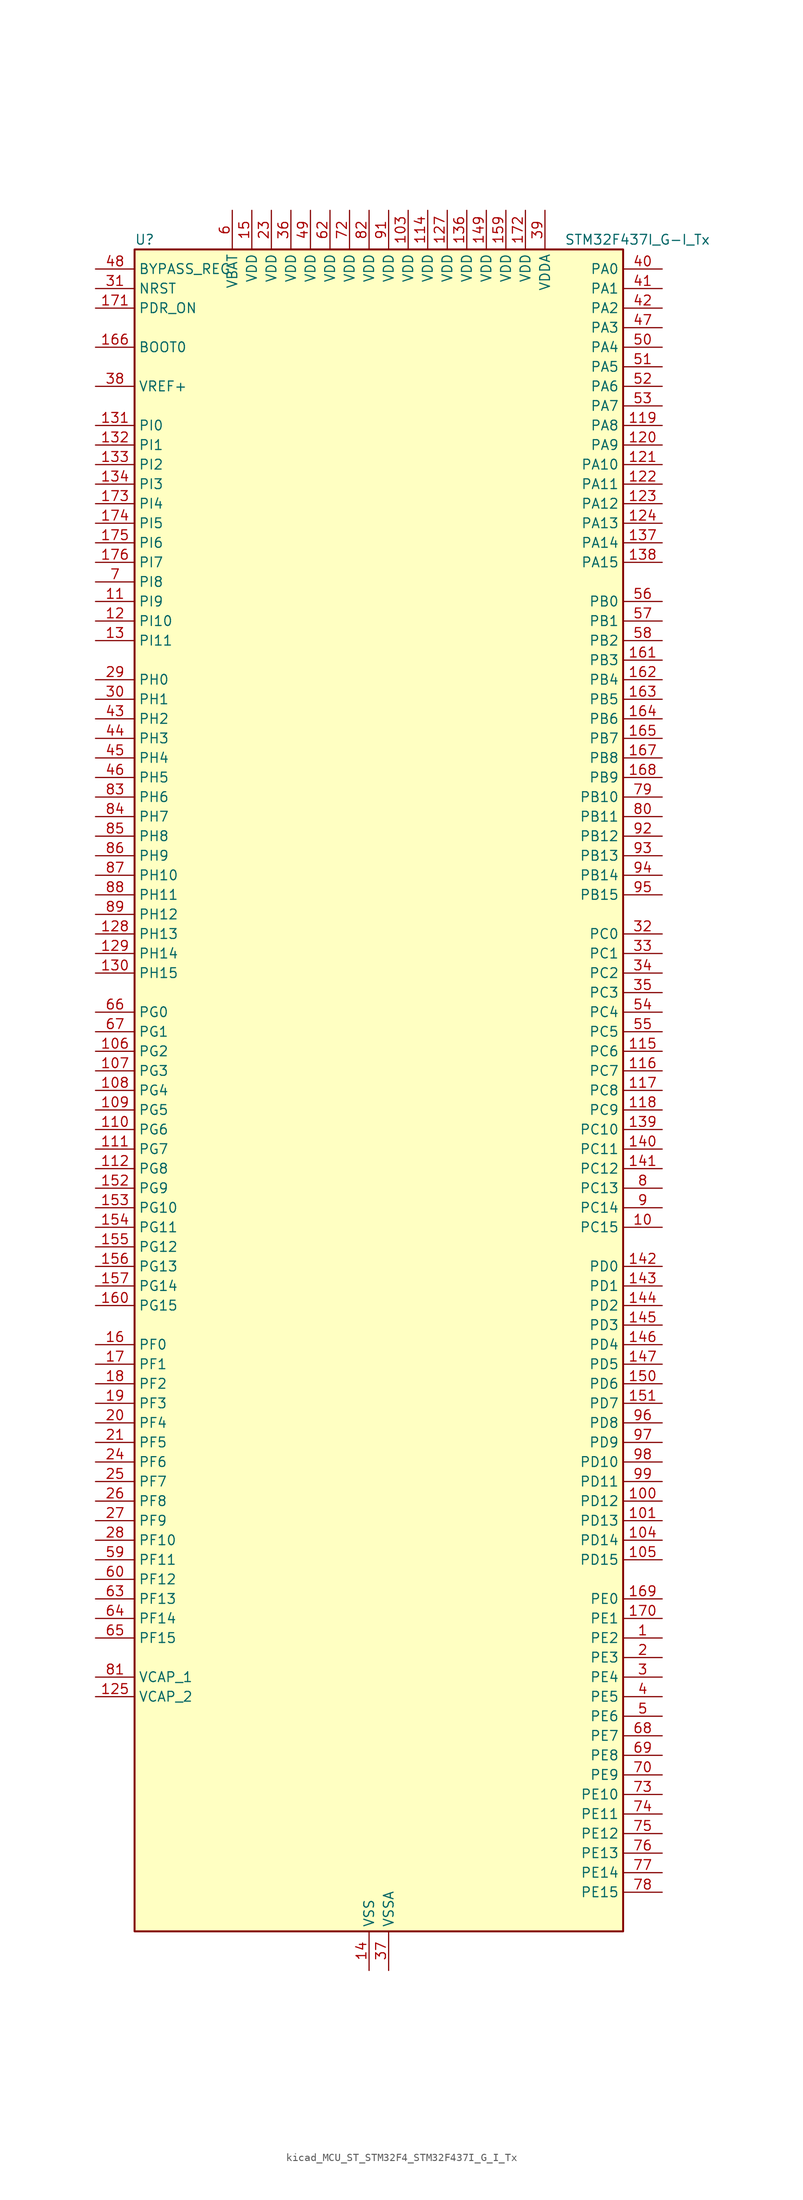
<source format=kicad_sym>
(kicad_symbol_lib
  (version 20220914)
  (generator kicad_symbol_editor)
  (symbol "kicad_MCU_ST_STM32F4_STM32F437I_G_I_Tx"
    (property "Reference" "U"
      (at -30.48 110.49 0)
      (effects (font (size 1.27 1.27)) (justify left)))
    (property "Value" "STM32F437I_G-I_Tx"
      (at 25.4 110.49 0)
      (effects (font (size 1.27 1.27)) (justify left)))
    (property "ki_locked" ""
      (at 0 0 0)
      (effects (font (size 1.27 1.27))))
    (symbol "kicad_MCU_ST_STM32F4_STM32F437I_G_I_Tx_0_1"
      (rectangle (start -30.48 -109.22) (end 33.02 109.22) (stroke (width 0.254) (type default)) (fill (type background))))
    (symbol "kicad_MCU_ST_STM32F4_STM32F437I_G_I_Tx_1_1"
      (pin bidirectional line (at 38.1 -71.12 180) (length 5.08) (name "PE2" (effects (font (size 1.27 1.27)))) (number "1" (effects (font (size 1.27 1.27)))) (alternate "ETH_TXD3" bidirectional line) (alternate "FMC_A23" bidirectional line) (alternate "SAI1_MCLK_A" bidirectional line) (alternate "SPI4_SCK" bidirectional line) (alternate "SYS_TRACECLK" bidirectional line))
      (pin bidirectional line (at 38.1 -17.78 180) (length 5.08) (name "PC15" (effects (font (size 1.27 1.27)))) (number "10" (effects (font (size 1.27 1.27)))) (alternate "ADC1_EXTI15" bidirectional line) (alternate "ADC2_EXTI15" bidirectional line) (alternate "ADC3_EXTI15" bidirectional line) (alternate "RCC_OSC32_OUT" bidirectional line))
      (pin bidirectional line (at 38.1 -53.34 180) (length 5.08) (name "PD12" (effects (font (size 1.27 1.27)))) (number "100" (effects (font (size 1.27 1.27)))) (alternate "FMC_A17" bidirectional line) (alternate "FMC_ALE" bidirectional line) (alternate "TIM4_CH1" bidirectional line) (alternate "USART3_RTS" bidirectional line))
      (pin bidirectional line (at 38.1 -55.88 180) (length 5.08) (name "PD13" (effects (font (size 1.27 1.27)))) (number "101" (effects (font (size 1.27 1.27)))) (alternate "FMC_A18" bidirectional line) (alternate "TIM4_CH2" bidirectional line))
      (pin passive line (at 0 -114.3 90) (length 5.08) hide (name "VSS" (effects (font (size 1.27 1.27)))) (number "102" (effects (font (size 1.27 1.27)))))
      (pin power_in line (at 5.08 114.3 270) (length 5.08) (name "VDD" (effects (font (size 1.27 1.27)))) (number "103" (effects (font (size 1.27 1.27)))))
      (pin bidirectional line (at 38.1 -58.42 180) (length 5.08) (name "PD14" (effects (font (size 1.27 1.27)))) (number "104" (effects (font (size 1.27 1.27)))) (alternate "FMC_D0" bidirectional line) (alternate "FMC_DA0" bidirectional line) (alternate "TIM4_CH3" bidirectional line))
      (pin bidirectional line (at 38.1 -60.96 180) (length 5.08) (name "PD15" (effects (font (size 1.27 1.27)))) (number "105" (effects (font (size 1.27 1.27)))) (alternate "ADC1_EXTI15" bidirectional line) (alternate "ADC2_EXTI15" bidirectional line) (alternate "ADC3_EXTI15" bidirectional line) (alternate "FMC_D1" bidirectional line) (alternate "FMC_DA1" bidirectional line) (alternate "TIM4_CH4" bidirectional line))
      (pin bidirectional line (at -35.56 5.08 0) (length 5.08) (name "PG2" (effects (font (size 1.27 1.27)))) (number "106" (effects (font (size 1.27 1.27)))) (alternate "FMC_A12" bidirectional line))
      (pin bidirectional line (at -35.56 2.54 0) (length 5.08) (name "PG3" (effects (font (size 1.27 1.27)))) (number "107" (effects (font (size 1.27 1.27)))) (alternate "FMC_A13" bidirectional line))
      (pin bidirectional line (at -35.56 0 0) (length 5.08) (name "PG4" (effects (font (size 1.27 1.27)))) (number "108" (effects (font (size 1.27 1.27)))) (alternate "FMC_A14" bidirectional line) (alternate "FMC_BA0" bidirectional line))
      (pin bidirectional line (at -35.56 -2.54 0) (length 5.08) (name "PG5" (effects (font (size 1.27 1.27)))) (number "109" (effects (font (size 1.27 1.27)))) (alternate "FMC_A15" bidirectional line) (alternate "FMC_BA1" bidirectional line))
      (pin bidirectional line (at -35.56 63.5 0) (length 5.08) (name "PI9" (effects (font (size 1.27 1.27)))) (number "11" (effects (font (size 1.27 1.27)))) (alternate "CAN1_RX" bidirectional line) (alternate "DAC_EXTI9" bidirectional line) (alternate "FMC_D30" bidirectional line))
      (pin bidirectional line (at -35.56 -5.08 0) (length 5.08) (name "PG6" (effects (font (size 1.27 1.27)))) (number "110" (effects (font (size 1.27 1.27)))) (alternate "DCMI_D12" bidirectional line) (alternate "FMC_INT2" bidirectional line))
      (pin bidirectional line (at -35.56 -7.62 0) (length 5.08) (name "PG7" (effects (font (size 1.27 1.27)))) (number "111" (effects (font (size 1.27 1.27)))) (alternate "DCMI_D13" bidirectional line) (alternate "FMC_INT3" bidirectional line) (alternate "USART6_CK" bidirectional line))
      (pin bidirectional line (at -35.56 -10.16 0) (length 5.08) (name "PG8" (effects (font (size 1.27 1.27)))) (number "112" (effects (font (size 1.27 1.27)))) (alternate "ETH_PPS_OUT" bidirectional line) (alternate "FMC_SDCLK" bidirectional line) (alternate "SPI6_NSS" bidirectional line) (alternate "USART6_RTS" bidirectional line))
      (pin passive line (at 0 -114.3 90) (length 5.08) hide (name "VSS" (effects (font (size 1.27 1.27)))) (number "113" (effects (font (size 1.27 1.27)))))
      (pin power_in line (at 7.62 114.3 270) (length 5.08) (name "VDD" (effects (font (size 1.27 1.27)))) (number "114" (effects (font (size 1.27 1.27)))))
      (pin bidirectional line (at 38.1 5.08 180) (length 5.08) (name "PC6" (effects (font (size 1.27 1.27)))) (number "115" (effects (font (size 1.27 1.27)))) (alternate "DCMI_D0" bidirectional line) (alternate "I2S2_MCK" bidirectional line) (alternate "SDIO_D6" bidirectional line) (alternate "TIM3_CH1" bidirectional line) (alternate "TIM8_CH1" bidirectional line) (alternate "USART6_TX" bidirectional line))
      (pin bidirectional line (at 38.1 2.54 180) (length 5.08) (name "PC7" (effects (font (size 1.27 1.27)))) (number "116" (effects (font (size 1.27 1.27)))) (alternate "DCMI_D1" bidirectional line) (alternate "I2S3_MCK" bidirectional line) (alternate "SDIO_D7" bidirectional line) (alternate "TIM3_CH2" bidirectional line) (alternate "TIM8_CH2" bidirectional line) (alternate "USART6_RX" bidirectional line))
      (pin bidirectional line (at 38.1 0 180) (length 5.08) (name "PC8" (effects (font (size 1.27 1.27)))) (number "117" (effects (font (size 1.27 1.27)))) (alternate "DCMI_D2" bidirectional line) (alternate "SDIO_D0" bidirectional line) (alternate "TIM3_CH3" bidirectional line) (alternate "TIM8_CH3" bidirectional line) (alternate "USART6_CK" bidirectional line))
      (pin bidirectional line (at 38.1 -2.54 180) (length 5.08) (name "PC9" (effects (font (size 1.27 1.27)))) (number "118" (effects (font (size 1.27 1.27)))) (alternate "DAC_EXTI9" bidirectional line) (alternate "DCMI_D3" bidirectional line) (alternate "I2C3_SDA" bidirectional line) (alternate "I2S_CKIN" bidirectional line) (alternate "RCC_MCO_2" bidirectional line) (alternate "SDIO_D1" bidirectional line) (alternate "TIM3_CH4" bidirectional line) (alternate "TIM8_CH4" bidirectional line))
      (pin bidirectional line (at 38.1 86.36 180) (length 5.08) (name "PA8" (effects (font (size 1.27 1.27)))) (number "119" (effects (font (size 1.27 1.27)))) (alternate "I2C3_SCL" bidirectional line) (alternate "RCC_MCO_1" bidirectional line) (alternate "TIM1_CH1" bidirectional line) (alternate "USART1_CK" bidirectional line) (alternate "USB_OTG_FS_SOF" bidirectional line))
      (pin bidirectional line (at -35.56 60.96 0) (length 5.08) (name "PI10" (effects (font (size 1.27 1.27)))) (number "12" (effects (font (size 1.27 1.27)))) (alternate "ETH_RX_ER" bidirectional line) (alternate "FMC_D31" bidirectional line))
      (pin bidirectional line (at 38.1 83.82 180) (length 5.08) (name "PA9" (effects (font (size 1.27 1.27)))) (number "120" (effects (font (size 1.27 1.27)))) (alternate "DAC_EXTI9" bidirectional line) (alternate "DCMI_D0" bidirectional line) (alternate "I2C3_SMBA" bidirectional line) (alternate "TIM1_CH2" bidirectional line) (alternate "USART1_TX" bidirectional line) (alternate "USB_OTG_FS_VBUS" bidirectional line))
      (pin bidirectional line (at 38.1 81.28 180) (length 5.08) (name "PA10" (effects (font (size 1.27 1.27)))) (number "121" (effects (font (size 1.27 1.27)))) (alternate "DCMI_D1" bidirectional line) (alternate "TIM1_CH3" bidirectional line) (alternate "USART1_RX" bidirectional line) (alternate "USB_OTG_FS_ID" bidirectional line))
      (pin bidirectional line (at 38.1 78.74 180) (length 5.08) (name "PA11" (effects (font (size 1.27 1.27)))) (number "122" (effects (font (size 1.27 1.27)))) (alternate "ADC1_EXTI11" bidirectional line) (alternate "ADC2_EXTI11" bidirectional line) (alternate "ADC3_EXTI11" bidirectional line) (alternate "CAN1_RX" bidirectional line) (alternate "TIM1_CH4" bidirectional line) (alternate "USART1_CTS" bidirectional line) (alternate "USB_OTG_FS_DM" bidirectional line))
      (pin bidirectional line (at 38.1 76.2 180) (length 5.08) (name "PA12" (effects (font (size 1.27 1.27)))) (number "123" (effects (font (size 1.27 1.27)))) (alternate "CAN1_TX" bidirectional line) (alternate "TIM1_ETR" bidirectional line) (alternate "USART1_RTS" bidirectional line) (alternate "USB_OTG_FS_DP" bidirectional line))
      (pin bidirectional line (at 38.1 73.66 180) (length 5.08) (name "PA13" (effects (font (size 1.27 1.27)))) (number "124" (effects (font (size 1.27 1.27)))) (alternate "SYS_JTMS-SWDIO" bidirectional line))
      (pin power_out line (at -35.56 -78.74 0) (length 5.08) (name "VCAP_2" (effects (font (size 1.27 1.27)))) (number "125" (effects (font (size 1.27 1.27)))))
      (pin passive line (at 0 -114.3 90) (length 5.08) hide (name "VSS" (effects (font (size 1.27 1.27)))) (number "126" (effects (font (size 1.27 1.27)))))
      (pin power_in line (at 10.16 114.3 270) (length 5.08) (name "VDD" (effects (font (size 1.27 1.27)))) (number "127" (effects (font (size 1.27 1.27)))))
      (pin bidirectional line (at -35.56 20.32 0) (length 5.08) (name "PH13" (effects (font (size 1.27 1.27)))) (number "128" (effects (font (size 1.27 1.27)))) (alternate "CAN1_TX" bidirectional line) (alternate "FMC_D21" bidirectional line) (alternate "TIM8_CH1N" bidirectional line))
      (pin bidirectional line (at -35.56 17.78 0) (length 5.08) (name "PH14" (effects (font (size 1.27 1.27)))) (number "129" (effects (font (size 1.27 1.27)))) (alternate "DCMI_D4" bidirectional line) (alternate "FMC_D22" bidirectional line) (alternate "TIM8_CH2N" bidirectional line))
      (pin bidirectional line (at -35.56 58.42 0) (length 5.08) (name "PI11" (effects (font (size 1.27 1.27)))) (number "13" (effects (font (size 1.27 1.27)))) (alternate "ADC1_EXTI11" bidirectional line) (alternate "ADC2_EXTI11" bidirectional line) (alternate "ADC3_EXTI11" bidirectional line) (alternate "USB_OTG_HS_ULPI_DIR" bidirectional line))
      (pin bidirectional line (at -35.56 15.24 0) (length 5.08) (name "PH15" (effects (font (size 1.27 1.27)))) (number "130" (effects (font (size 1.27 1.27)))) (alternate "ADC1_EXTI15" bidirectional line) (alternate "ADC2_EXTI15" bidirectional line) (alternate "ADC3_EXTI15" bidirectional line) (alternate "DCMI_D11" bidirectional line) (alternate "FMC_D23" bidirectional line) (alternate "TIM8_CH3N" bidirectional line))
      (pin bidirectional line (at -35.56 86.36 0) (length 5.08) (name "PI0" (effects (font (size 1.27 1.27)))) (number "131" (effects (font (size 1.27 1.27)))) (alternate "DCMI_D13" bidirectional line) (alternate "FMC_D24" bidirectional line) (alternate "I2S2_WS" bidirectional line) (alternate "SPI2_NSS" bidirectional line) (alternate "TIM5_CH4" bidirectional line))
      (pin bidirectional line (at -35.56 83.82 0) (length 5.08) (name "PI1" (effects (font (size 1.27 1.27)))) (number "132" (effects (font (size 1.27 1.27)))) (alternate "DCMI_D8" bidirectional line) (alternate "FMC_D25" bidirectional line) (alternate "I2S2_CK" bidirectional line) (alternate "SPI2_SCK" bidirectional line))
      (pin bidirectional line (at -35.56 81.28 0) (length 5.08) (name "PI2" (effects (font (size 1.27 1.27)))) (number "133" (effects (font (size 1.27 1.27)))) (alternate "DCMI_D9" bidirectional line) (alternate "FMC_D26" bidirectional line) (alternate "I2S2_ext_SD" bidirectional line) (alternate "SPI2_MISO" bidirectional line) (alternate "TIM8_CH4" bidirectional line))
      (pin bidirectional line (at -35.56 78.74 0) (length 5.08) (name "PI3" (effects (font (size 1.27 1.27)))) (number "134" (effects (font (size 1.27 1.27)))) (alternate "DCMI_D10" bidirectional line) (alternate "FMC_D27" bidirectional line) (alternate "I2S2_SD" bidirectional line) (alternate "SPI2_MOSI" bidirectional line) (alternate "TIM8_ETR" bidirectional line))
      (pin passive line (at 0 -114.3 90) (length 5.08) hide (name "VSS" (effects (font (size 1.27 1.27)))) (number "135" (effects (font (size 1.27 1.27)))))
      (pin power_in line (at 12.7 114.3 270) (length 5.08) (name "VDD" (effects (font (size 1.27 1.27)))) (number "136" (effects (font (size 1.27 1.27)))))
      (pin bidirectional line (at 38.1 71.12 180) (length 5.08) (name "PA14" (effects (font (size 1.27 1.27)))) (number "137" (effects (font (size 1.27 1.27)))) (alternate "SYS_JTCK-SWCLK" bidirectional line))
      (pin bidirectional line (at 38.1 68.58 180) (length 5.08) (name "PA15" (effects (font (size 1.27 1.27)))) (number "138" (effects (font (size 1.27 1.27)))) (alternate "ADC1_EXTI15" bidirectional line) (alternate "ADC2_EXTI15" bidirectional line) (alternate "ADC3_EXTI15" bidirectional line) (alternate "I2S3_WS" bidirectional line) (alternate "SPI1_NSS" bidirectional line) (alternate "SPI3_NSS" bidirectional line) (alternate "SYS_JTDI" bidirectional line) (alternate "TIM2_CH1" bidirectional line) (alternate "TIM2_ETR" bidirectional line))
      (pin bidirectional line (at 38.1 -5.08 180) (length 5.08) (name "PC10" (effects (font (size 1.27 1.27)))) (number "139" (effects (font (size 1.27 1.27)))) (alternate "DCMI_D8" bidirectional line) (alternate "I2S3_CK" bidirectional line) (alternate "SDIO_D2" bidirectional line) (alternate "SPI3_SCK" bidirectional line) (alternate "UART4_TX" bidirectional line) (alternate "USART3_TX" bidirectional line))
      (pin power_in line (at 0 -114.3 90) (length 5.08) (name "VSS" (effects (font (size 1.27 1.27)))) (number "14" (effects (font (size 1.27 1.27)))))
      (pin bidirectional line (at 38.1 -7.62 180) (length 5.08) (name "PC11" (effects (font (size 1.27 1.27)))) (number "140" (effects (font (size 1.27 1.27)))) (alternate "ADC1_EXTI11" bidirectional line) (alternate "ADC2_EXTI11" bidirectional line) (alternate "ADC3_EXTI11" bidirectional line) (alternate "DCMI_D4" bidirectional line) (alternate "I2S3_ext_SD" bidirectional line) (alternate "SDIO_D3" bidirectional line) (alternate "SPI3_MISO" bidirectional line) (alternate "UART4_RX" bidirectional line) (alternate "USART3_RX" bidirectional line))
      (pin bidirectional line (at 38.1 -10.16 180) (length 5.08) (name "PC12" (effects (font (size 1.27 1.27)))) (number "141" (effects (font (size 1.27 1.27)))) (alternate "DCMI_D9" bidirectional line) (alternate "I2S3_SD" bidirectional line) (alternate "SDIO_CK" bidirectional line) (alternate "SPI3_MOSI" bidirectional line) (alternate "UART5_TX" bidirectional line) (alternate "USART3_CK" bidirectional line))
      (pin bidirectional line (at 38.1 -22.86 180) (length 5.08) (name "PD0" (effects (font (size 1.27 1.27)))) (number "142" (effects (font (size 1.27 1.27)))) (alternate "CAN1_RX" bidirectional line) (alternate "FMC_D2" bidirectional line) (alternate "FMC_DA2" bidirectional line))
      (pin bidirectional line (at 38.1 -25.4 180) (length 5.08) (name "PD1" (effects (font (size 1.27 1.27)))) (number "143" (effects (font (size 1.27 1.27)))) (alternate "CAN1_TX" bidirectional line) (alternate "FMC_D3" bidirectional line) (alternate "FMC_DA3" bidirectional line))
      (pin bidirectional line (at 38.1 -27.94 180) (length 5.08) (name "PD2" (effects (font (size 1.27 1.27)))) (number "144" (effects (font (size 1.27 1.27)))) (alternate "DCMI_D11" bidirectional line) (alternate "SDIO_CMD" bidirectional line) (alternate "TIM3_ETR" bidirectional line) (alternate "UART5_RX" bidirectional line))
      (pin bidirectional line (at 38.1 -30.48 180) (length 5.08) (name "PD3" (effects (font (size 1.27 1.27)))) (number "145" (effects (font (size 1.27 1.27)))) (alternate "DCMI_D5" bidirectional line) (alternate "FMC_CLK" bidirectional line) (alternate "I2S2_CK" bidirectional line) (alternate "SPI2_SCK" bidirectional line) (alternate "USART2_CTS" bidirectional line))
      (pin bidirectional line (at 38.1 -33.02 180) (length 5.08) (name "PD4" (effects (font (size 1.27 1.27)))) (number "146" (effects (font (size 1.27 1.27)))) (alternate "FMC_NOE" bidirectional line) (alternate "USART2_RTS" bidirectional line))
      (pin bidirectional line (at 38.1 -35.56 180) (length 5.08) (name "PD5" (effects (font (size 1.27 1.27)))) (number "147" (effects (font (size 1.27 1.27)))) (alternate "FMC_NWE" bidirectional line) (alternate "USART2_TX" bidirectional line))
      (pin passive line (at 0 -114.3 90) (length 5.08) hide (name "VSS" (effects (font (size 1.27 1.27)))) (number "148" (effects (font (size 1.27 1.27)))))
      (pin power_in line (at 15.24 114.3 270) (length 5.08) (name "VDD" (effects (font (size 1.27 1.27)))) (number "149" (effects (font (size 1.27 1.27)))))
      (pin power_in line (at -15.24 114.3 270) (length 5.08) (name "VDD" (effects (font (size 1.27 1.27)))) (number "15" (effects (font (size 1.27 1.27)))))
      (pin bidirectional line (at 38.1 -38.1 180) (length 5.08) (name "PD6" (effects (font (size 1.27 1.27)))) (number "150" (effects (font (size 1.27 1.27)))) (alternate "DCMI_D10" bidirectional line) (alternate "FMC_NWAIT" bidirectional line) (alternate "I2S3_SD" bidirectional line) (alternate "SAI1_SD_A" bidirectional line) (alternate "SPI3_MOSI" bidirectional line) (alternate "USART2_RX" bidirectional line))
      (pin bidirectional line (at 38.1 -40.64 180) (length 5.08) (name "PD7" (effects (font (size 1.27 1.27)))) (number "151" (effects (font (size 1.27 1.27)))) (alternate "FMC_NCE2" bidirectional line) (alternate "FMC_NE1" bidirectional line) (alternate "USART2_CK" bidirectional line))
      (pin bidirectional line (at -35.56 -12.7 0) (length 5.08) (name "PG9" (effects (font (size 1.27 1.27)))) (number "152" (effects (font (size 1.27 1.27)))) (alternate "DAC_EXTI9" bidirectional line) (alternate "DCMI_VSYNC" bidirectional line) (alternate "FMC_NCE3" bidirectional line) (alternate "FMC_NE2" bidirectional line) (alternate "USART6_RX" bidirectional line))
      (pin bidirectional line (at -35.56 -15.24 0) (length 5.08) (name "PG10" (effects (font (size 1.27 1.27)))) (number "153" (effects (font (size 1.27 1.27)))) (alternate "DCMI_D2" bidirectional line) (alternate "FMC_NCE4_1" bidirectional line) (alternate "FMC_NE3" bidirectional line))
      (pin bidirectional line (at -35.56 -17.78 0) (length 5.08) (name "PG11" (effects (font (size 1.27 1.27)))) (number "154" (effects (font (size 1.27 1.27)))) (alternate "ADC1_EXTI11" bidirectional line) (alternate "ADC2_EXTI11" bidirectional line) (alternate "ADC3_EXTI11" bidirectional line) (alternate "DCMI_D3" bidirectional line) (alternate "ETH_TX_EN" bidirectional line) (alternate "FMC_NCE4_2" bidirectional line))
      (pin bidirectional line (at -35.56 -20.32 0) (length 5.08) (name "PG12" (effects (font (size 1.27 1.27)))) (number "155" (effects (font (size 1.27 1.27)))) (alternate "FMC_NE4" bidirectional line) (alternate "SPI6_MISO" bidirectional line) (alternate "USART6_RTS" bidirectional line))
      (pin bidirectional line (at -35.56 -22.86 0) (length 5.08) (name "PG13" (effects (font (size 1.27 1.27)))) (number "156" (effects (font (size 1.27 1.27)))) (alternate "ETH_TXD0" bidirectional line) (alternate "FMC_A24" bidirectional line) (alternate "SPI6_SCK" bidirectional line) (alternate "USART6_CTS" bidirectional line))
      (pin bidirectional line (at -35.56 -25.4 0) (length 5.08) (name "PG14" (effects (font (size 1.27 1.27)))) (number "157" (effects (font (size 1.27 1.27)))) (alternate "ETH_TXD1" bidirectional line) (alternate "FMC_A25" bidirectional line) (alternate "SPI6_MOSI" bidirectional line) (alternate "USART6_TX" bidirectional line))
      (pin passive line (at 0 -114.3 90) (length 5.08) hide (name "VSS" (effects (font (size 1.27 1.27)))) (number "158" (effects (font (size 1.27 1.27)))))
      (pin power_in line (at 17.78 114.3 270) (length 5.08) (name "VDD" (effects (font (size 1.27 1.27)))) (number "159" (effects (font (size 1.27 1.27)))))
      (pin bidirectional line (at -35.56 -33.02 0) (length 5.08) (name "PF0" (effects (font (size 1.27 1.27)))) (number "16" (effects (font (size 1.27 1.27)))) (alternate "FMC_A0" bidirectional line) (alternate "I2C2_SDA" bidirectional line))
      (pin bidirectional line (at -35.56 -27.94 0) (length 5.08) (name "PG15" (effects (font (size 1.27 1.27)))) (number "160" (effects (font (size 1.27 1.27)))) (alternate "ADC1_EXTI15" bidirectional line) (alternate "ADC2_EXTI15" bidirectional line) (alternate "ADC3_EXTI15" bidirectional line) (alternate "DCMI_D13" bidirectional line) (alternate "FMC_SDNCAS" bidirectional line) (alternate "USART6_CTS" bidirectional line))
      (pin bidirectional line (at 38.1 55.88 180) (length 5.08) (name "PB3" (effects (font (size 1.27 1.27)))) (number "161" (effects (font (size 1.27 1.27)))) (alternate "I2S3_CK" bidirectional line) (alternate "SPI1_SCK" bidirectional line) (alternate "SPI3_SCK" bidirectional line) (alternate "SYS_JTDO-SWO" bidirectional line) (alternate "TIM2_CH2" bidirectional line))
      (pin bidirectional line (at 38.1 53.34 180) (length 5.08) (name "PB4" (effects (font (size 1.27 1.27)))) (number "162" (effects (font (size 1.27 1.27)))) (alternate "I2S3_ext_SD" bidirectional line) (alternate "SPI1_MISO" bidirectional line) (alternate "SPI3_MISO" bidirectional line) (alternate "SYS_JTRST" bidirectional line) (alternate "TIM3_CH1" bidirectional line))
      (pin bidirectional line (at 38.1 50.8 180) (length 5.08) (name "PB5" (effects (font (size 1.27 1.27)))) (number "163" (effects (font (size 1.27 1.27)))) (alternate "CAN2_RX" bidirectional line) (alternate "DCMI_D10" bidirectional line) (alternate "ETH_PPS_OUT" bidirectional line) (alternate "FMC_SDCKE1" bidirectional line) (alternate "I2C1_SMBA" bidirectional line) (alternate "I2S3_SD" bidirectional line) (alternate "SPI1_MOSI" bidirectional line) (alternate "SPI3_MOSI" bidirectional line) (alternate "TIM3_CH2" bidirectional line) (alternate "USB_OTG_HS_ULPI_D7" bidirectional line))
      (pin bidirectional line (at 38.1 48.26 180) (length 5.08) (name "PB6" (effects (font (size 1.27 1.27)))) (number "164" (effects (font (size 1.27 1.27)))) (alternate "CAN2_TX" bidirectional line) (alternate "DCMI_D5" bidirectional line) (alternate "FMC_SDNE1" bidirectional line) (alternate "I2C1_SCL" bidirectional line) (alternate "TIM4_CH1" bidirectional line) (alternate "USART1_TX" bidirectional line))
      (pin bidirectional line (at 38.1 45.72 180) (length 5.08) (name "PB7" (effects (font (size 1.27 1.27)))) (number "165" (effects (font (size 1.27 1.27)))) (alternate "DCMI_VSYNC" bidirectional line) (alternate "FMC_NL" bidirectional line) (alternate "I2C1_SDA" bidirectional line) (alternate "TIM4_CH2" bidirectional line) (alternate "USART1_RX" bidirectional line))
      (pin input line (at -35.56 96.52 0) (length 5.08) (name "BOOT0" (effects (font (size 1.27 1.27)))) (number "166" (effects (font (size 1.27 1.27)))))
      (pin bidirectional line (at 38.1 43.18 180) (length 5.08) (name "PB8" (effects (font (size 1.27 1.27)))) (number "167" (effects (font (size 1.27 1.27)))) (alternate "CAN1_RX" bidirectional line) (alternate "DCMI_D6" bidirectional line) (alternate "ETH_TXD3" bidirectional line) (alternate "I2C1_SCL" bidirectional line) (alternate "SDIO_D4" bidirectional line) (alternate "TIM10_CH1" bidirectional line) (alternate "TIM4_CH3" bidirectional line))
      (pin bidirectional line (at 38.1 40.64 180) (length 5.08) (name "PB9" (effects (font (size 1.27 1.27)))) (number "168" (effects (font (size 1.27 1.27)))) (alternate "CAN1_TX" bidirectional line) (alternate "DAC_EXTI9" bidirectional line) (alternate "DCMI_D7" bidirectional line) (alternate "I2C1_SDA" bidirectional line) (alternate "I2S2_WS" bidirectional line) (alternate "SDIO_D5" bidirectional line) (alternate "SPI2_NSS" bidirectional line) (alternate "TIM11_CH1" bidirectional line) (alternate "TIM4_CH4" bidirectional line))
      (pin bidirectional line (at 38.1 -66.04 180) (length 5.08) (name "PE0" (effects (font (size 1.27 1.27)))) (number "169" (effects (font (size 1.27 1.27)))) (alternate "DCMI_D2" bidirectional line) (alternate "FMC_NBL0" bidirectional line) (alternate "TIM4_ETR" bidirectional line) (alternate "UART8_RX" bidirectional line))
      (pin bidirectional line (at -35.56 -35.56 0) (length 5.08) (name "PF1" (effects (font (size 1.27 1.27)))) (number "17" (effects (font (size 1.27 1.27)))) (alternate "FMC_A1" bidirectional line) (alternate "I2C2_SCL" bidirectional line))
      (pin bidirectional line (at 38.1 -68.58 180) (length 5.08) (name "PE1" (effects (font (size 1.27 1.27)))) (number "170" (effects (font (size 1.27 1.27)))) (alternate "DCMI_D3" bidirectional line) (alternate "FMC_NBL1" bidirectional line) (alternate "UART8_TX" bidirectional line))
      (pin input line (at -35.56 101.6 0) (length 5.08) (name "PDR_ON" (effects (font (size 1.27 1.27)))) (number "171" (effects (font (size 1.27 1.27)))))
      (pin power_in line (at 20.32 114.3 270) (length 5.08) (name "VDD" (effects (font (size 1.27 1.27)))) (number "172" (effects (font (size 1.27 1.27)))))
      (pin bidirectional line (at -35.56 76.2 0) (length 5.08) (name "PI4" (effects (font (size 1.27 1.27)))) (number "173" (effects (font (size 1.27 1.27)))) (alternate "DCMI_D5" bidirectional line) (alternate "FMC_NBL2" bidirectional line) (alternate "TIM8_BKIN" bidirectional line))
      (pin bidirectional line (at -35.56 73.66 0) (length 5.08) (name "PI5" (effects (font (size 1.27 1.27)))) (number "174" (effects (font (size 1.27 1.27)))) (alternate "DCMI_VSYNC" bidirectional line) (alternate "FMC_NBL3" bidirectional line) (alternate "TIM8_CH1" bidirectional line))
      (pin bidirectional line (at -35.56 71.12 0) (length 5.08) (name "PI6" (effects (font (size 1.27 1.27)))) (number "175" (effects (font (size 1.27 1.27)))) (alternate "DCMI_D6" bidirectional line) (alternate "FMC_D28" bidirectional line) (alternate "TIM8_CH2" bidirectional line))
      (pin bidirectional line (at -35.56 68.58 0) (length 5.08) (name "PI7" (effects (font (size 1.27 1.27)))) (number "176" (effects (font (size 1.27 1.27)))) (alternate "DCMI_D7" bidirectional line) (alternate "FMC_D29" bidirectional line) (alternate "TIM8_CH3" bidirectional line))
      (pin bidirectional line (at -35.56 -38.1 0) (length 5.08) (name "PF2" (effects (font (size 1.27 1.27)))) (number "18" (effects (font (size 1.27 1.27)))) (alternate "FMC_A2" bidirectional line) (alternate "I2C2_SMBA" bidirectional line))
      (pin bidirectional line (at -35.56 -40.64 0) (length 5.08) (name "PF3" (effects (font (size 1.27 1.27)))) (number "19" (effects (font (size 1.27 1.27)))) (alternate "ADC3_IN9" bidirectional line) (alternate "FMC_A3" bidirectional line))
      (pin bidirectional line (at 38.1 -73.66 180) (length 5.08) (name "PE3" (effects (font (size 1.27 1.27)))) (number "2" (effects (font (size 1.27 1.27)))) (alternate "FMC_A19" bidirectional line) (alternate "SAI1_SD_B" bidirectional line) (alternate "SYS_TRACED0" bidirectional line))
      (pin bidirectional line (at -35.56 -43.18 0) (length 5.08) (name "PF4" (effects (font (size 1.27 1.27)))) (number "20" (effects (font (size 1.27 1.27)))) (alternate "ADC3_IN14" bidirectional line) (alternate "FMC_A4" bidirectional line))
      (pin bidirectional line (at -35.56 -45.72 0) (length 5.08) (name "PF5" (effects (font (size 1.27 1.27)))) (number "21" (effects (font (size 1.27 1.27)))) (alternate "ADC3_IN15" bidirectional line) (alternate "FMC_A5" bidirectional line))
      (pin passive line (at 0 -114.3 90) (length 5.08) hide (name "VSS" (effects (font (size 1.27 1.27)))) (number "22" (effects (font (size 1.27 1.27)))))
      (pin power_in line (at -12.7 114.3 270) (length 5.08) (name "VDD" (effects (font (size 1.27 1.27)))) (number "23" (effects (font (size 1.27 1.27)))))
      (pin bidirectional line (at -35.56 -48.26 0) (length 5.08) (name "PF6" (effects (font (size 1.27 1.27)))) (number "24" (effects (font (size 1.27 1.27)))) (alternate "ADC3_IN4" bidirectional line) (alternate "FMC_NIORD" bidirectional line) (alternate "SAI1_SD_B" bidirectional line) (alternate "SPI5_NSS" bidirectional line) (alternate "TIM10_CH1" bidirectional line) (alternate "UART7_RX" bidirectional line))
      (pin bidirectional line (at -35.56 -50.8 0) (length 5.08) (name "PF7" (effects (font (size 1.27 1.27)))) (number "25" (effects (font (size 1.27 1.27)))) (alternate "ADC3_IN5" bidirectional line) (alternate "FMC_NREG" bidirectional line) (alternate "SAI1_MCLK_B" bidirectional line) (alternate "SPI5_SCK" bidirectional line) (alternate "TIM11_CH1" bidirectional line) (alternate "UART7_TX" bidirectional line))
      (pin bidirectional line (at -35.56 -53.34 0) (length 5.08) (name "PF8" (effects (font (size 1.27 1.27)))) (number "26" (effects (font (size 1.27 1.27)))) (alternate "ADC3_IN6" bidirectional line) (alternate "FMC_NIOWR" bidirectional line) (alternate "SAI1_SCK_B" bidirectional line) (alternate "SPI5_MISO" bidirectional line) (alternate "TIM13_CH1" bidirectional line))
      (pin bidirectional line (at -35.56 -55.88 0) (length 5.08) (name "PF9" (effects (font (size 1.27 1.27)))) (number "27" (effects (font (size 1.27 1.27)))) (alternate "ADC3_IN7" bidirectional line) (alternate "DAC_EXTI9" bidirectional line) (alternate "FMC_CD" bidirectional line) (alternate "SAI1_FS_B" bidirectional line) (alternate "SPI5_MOSI" bidirectional line) (alternate "TIM14_CH1" bidirectional line))
      (pin bidirectional line (at -35.56 -58.42 0) (length 5.08) (name "PF10" (effects (font (size 1.27 1.27)))) (number "28" (effects (font (size 1.27 1.27)))) (alternate "ADC3_IN8" bidirectional line) (alternate "DCMI_D11" bidirectional line) (alternate "FMC_INTR" bidirectional line))
      (pin bidirectional line (at -35.56 53.34 0) (length 5.08) (name "PH0" (effects (font (size 1.27 1.27)))) (number "29" (effects (font (size 1.27 1.27)))) (alternate "RCC_OSC_IN" bidirectional line))
      (pin bidirectional line (at 38.1 -76.2 180) (length 5.08) (name "PE4" (effects (font (size 1.27 1.27)))) (number "3" (effects (font (size 1.27 1.27)))) (alternate "DCMI_D4" bidirectional line) (alternate "FMC_A20" bidirectional line) (alternate "SAI1_FS_A" bidirectional line) (alternate "SPI4_NSS" bidirectional line) (alternate "SYS_TRACED1" bidirectional line))
      (pin bidirectional line (at -35.56 50.8 0) (length 5.08) (name "PH1" (effects (font (size 1.27 1.27)))) (number "30" (effects (font (size 1.27 1.27)))) (alternate "RCC_OSC_OUT" bidirectional line))
      (pin input line (at -35.56 104.14 0) (length 5.08) (name "NRST" (effects (font (size 1.27 1.27)))) (number "31" (effects (font (size 1.27 1.27)))))
      (pin bidirectional line (at 38.1 20.32 180) (length 5.08) (name "PC0" (effects (font (size 1.27 1.27)))) (number "32" (effects (font (size 1.27 1.27)))) (alternate "ADC1_IN10" bidirectional line) (alternate "ADC2_IN10" bidirectional line) (alternate "ADC3_IN10" bidirectional line) (alternate "FMC_SDNWE" bidirectional line) (alternate "USB_OTG_HS_ULPI_STP" bidirectional line))
      (pin bidirectional line (at 38.1 17.78 180) (length 5.08) (name "PC1" (effects (font (size 1.27 1.27)))) (number "33" (effects (font (size 1.27 1.27)))) (alternate "ADC1_IN11" bidirectional line) (alternate "ADC2_IN11" bidirectional line) (alternate "ADC3_IN11" bidirectional line) (alternate "ETH_MDC" bidirectional line))
      (pin bidirectional line (at 38.1 15.24 180) (length 5.08) (name "PC2" (effects (font (size 1.27 1.27)))) (number "34" (effects (font (size 1.27 1.27)))) (alternate "ADC1_IN12" bidirectional line) (alternate "ADC2_IN12" bidirectional line) (alternate "ADC3_IN12" bidirectional line) (alternate "ETH_TXD2" bidirectional line) (alternate "FMC_SDNE0" bidirectional line) (alternate "I2S2_ext_SD" bidirectional line) (alternate "SPI2_MISO" bidirectional line) (alternate "USB_OTG_HS_ULPI_DIR" bidirectional line))
      (pin bidirectional line (at 38.1 12.7 180) (length 5.08) (name "PC3" (effects (font (size 1.27 1.27)))) (number "35" (effects (font (size 1.27 1.27)))) (alternate "ADC1_IN13" bidirectional line) (alternate "ADC2_IN13" bidirectional line) (alternate "ADC3_IN13" bidirectional line) (alternate "ETH_TX_CLK" bidirectional line) (alternate "FMC_SDCKE0" bidirectional line) (alternate "I2S2_SD" bidirectional line) (alternate "SPI2_MOSI" bidirectional line) (alternate "USB_OTG_HS_ULPI_NXT" bidirectional line))
      (pin power_in line (at -10.16 114.3 270) (length 5.08) (name "VDD" (effects (font (size 1.27 1.27)))) (number "36" (effects (font (size 1.27 1.27)))))
      (pin power_in line (at 2.54 -114.3 90) (length 5.08) (name "VSSA" (effects (font (size 1.27 1.27)))) (number "37" (effects (font (size 1.27 1.27)))))
      (pin input line (at -35.56 91.44 0) (length 5.08) (name "VREF+" (effects (font (size 1.27 1.27)))) (number "38" (effects (font (size 1.27 1.27)))))
      (pin power_in line (at 22.86 114.3 270) (length 5.08) (name "VDDA" (effects (font (size 1.27 1.27)))) (number "39" (effects (font (size 1.27 1.27)))))
      (pin bidirectional line (at 38.1 -78.74 180) (length 5.08) (name "PE5" (effects (font (size 1.27 1.27)))) (number "4" (effects (font (size 1.27 1.27)))) (alternate "DCMI_D6" bidirectional line) (alternate "FMC_A21" bidirectional line) (alternate "SAI1_SCK_A" bidirectional line) (alternate "SPI4_MISO" bidirectional line) (alternate "SYS_TRACED2" bidirectional line) (alternate "TIM9_CH1" bidirectional line))
      (pin bidirectional line (at 38.1 106.68 180) (length 5.08) (name "PA0" (effects (font (size 1.27 1.27)))) (number "40" (effects (font (size 1.27 1.27)))) (alternate "ADC1_IN0" bidirectional line) (alternate "ADC2_IN0" bidirectional line) (alternate "ADC3_IN0" bidirectional line) (alternate "ETH_CRS" bidirectional line) (alternate "SYS_WKUP" bidirectional line) (alternate "TIM2_CH1" bidirectional line) (alternate "TIM2_ETR" bidirectional line) (alternate "TIM5_CH1" bidirectional line) (alternate "TIM8_ETR" bidirectional line) (alternate "UART4_TX" bidirectional line) (alternate "USART2_CTS" bidirectional line))
      (pin bidirectional line (at 38.1 104.14 180) (length 5.08) (name "PA1" (effects (font (size 1.27 1.27)))) (number "41" (effects (font (size 1.27 1.27)))) (alternate "ADC1_IN1" bidirectional line) (alternate "ADC2_IN1" bidirectional line) (alternate "ADC3_IN1" bidirectional line) (alternate "ETH_REF_CLK" bidirectional line) (alternate "ETH_RX_CLK" bidirectional line) (alternate "TIM2_CH2" bidirectional line) (alternate "TIM5_CH2" bidirectional line) (alternate "UART4_RX" bidirectional line) (alternate "USART2_RTS" bidirectional line))
      (pin bidirectional line (at 38.1 101.6 180) (length 5.08) (name "PA2" (effects (font (size 1.27 1.27)))) (number "42" (effects (font (size 1.27 1.27)))) (alternate "ADC1_IN2" bidirectional line) (alternate "ADC2_IN2" bidirectional line) (alternate "ADC3_IN2" bidirectional line) (alternate "ETH_MDIO" bidirectional line) (alternate "TIM2_CH3" bidirectional line) (alternate "TIM5_CH3" bidirectional line) (alternate "TIM9_CH1" bidirectional line) (alternate "USART2_TX" bidirectional line))
      (pin bidirectional line (at -35.56 48.26 0) (length 5.08) (name "PH2" (effects (font (size 1.27 1.27)))) (number "43" (effects (font (size 1.27 1.27)))) (alternate "ETH_CRS" bidirectional line) (alternate "FMC_SDCKE0" bidirectional line))
      (pin bidirectional line (at -35.56 45.72 0) (length 5.08) (name "PH3" (effects (font (size 1.27 1.27)))) (number "44" (effects (font (size 1.27 1.27)))) (alternate "ETH_COL" bidirectional line) (alternate "FMC_SDNE0" bidirectional line))
      (pin bidirectional line (at -35.56 43.18 0) (length 5.08) (name "PH4" (effects (font (size 1.27 1.27)))) (number "45" (effects (font (size 1.27 1.27)))) (alternate "I2C2_SCL" bidirectional line) (alternate "USB_OTG_HS_ULPI_NXT" bidirectional line))
      (pin bidirectional line (at -35.56 40.64 0) (length 5.08) (name "PH5" (effects (font (size 1.27 1.27)))) (number "46" (effects (font (size 1.27 1.27)))) (alternate "FMC_SDNWE" bidirectional line) (alternate "I2C2_SDA" bidirectional line) (alternate "SPI5_NSS" bidirectional line))
      (pin bidirectional line (at 38.1 99.06 180) (length 5.08) (name "PA3" (effects (font (size 1.27 1.27)))) (number "47" (effects (font (size 1.27 1.27)))) (alternate "ADC1_IN3" bidirectional line) (alternate "ADC2_IN3" bidirectional line) (alternate "ADC3_IN3" bidirectional line) (alternate "ETH_COL" bidirectional line) (alternate "TIM2_CH4" bidirectional line) (alternate "TIM5_CH4" bidirectional line) (alternate "TIM9_CH2" bidirectional line) (alternate "USART2_RX" bidirectional line) (alternate "USB_OTG_HS_ULPI_D0" bidirectional line))
      (pin input line (at -35.56 106.68 0) (length 5.08) (name "BYPASS_REG" (effects (font (size 1.27 1.27)))) (number "48" (effects (font (size 1.27 1.27)))))
      (pin power_in line (at -7.62 114.3 270) (length 5.08) (name "VDD" (effects (font (size 1.27 1.27)))) (number "49" (effects (font (size 1.27 1.27)))))
      (pin bidirectional line (at 38.1 -81.28 180) (length 5.08) (name "PE6" (effects (font (size 1.27 1.27)))) (number "5" (effects (font (size 1.27 1.27)))) (alternate "DCMI_D7" bidirectional line) (alternate "FMC_A22" bidirectional line) (alternate "SAI1_SD_A" bidirectional line) (alternate "SPI4_MOSI" bidirectional line) (alternate "SYS_TRACED3" bidirectional line) (alternate "TIM9_CH2" bidirectional line))
      (pin bidirectional line (at 38.1 96.52 180) (length 5.08) (name "PA4" (effects (font (size 1.27 1.27)))) (number "50" (effects (font (size 1.27 1.27)))) (alternate "ADC1_IN4" bidirectional line) (alternate "ADC2_IN4" bidirectional line) (alternate "DAC_OUT1" bidirectional line) (alternate "DCMI_HSYNC" bidirectional line) (alternate "I2S3_WS" bidirectional line) (alternate "SPI1_NSS" bidirectional line) (alternate "SPI3_NSS" bidirectional line) (alternate "USART2_CK" bidirectional line) (alternate "USB_OTG_HS_SOF" bidirectional line))
      (pin bidirectional line (at 38.1 93.98 180) (length 5.08) (name "PA5" (effects (font (size 1.27 1.27)))) (number "51" (effects (font (size 1.27 1.27)))) (alternate "ADC1_IN5" bidirectional line) (alternate "ADC2_IN5" bidirectional line) (alternate "DAC_OUT2" bidirectional line) (alternate "SPI1_SCK" bidirectional line) (alternate "TIM2_CH1" bidirectional line) (alternate "TIM2_ETR" bidirectional line) (alternate "TIM8_CH1N" bidirectional line) (alternate "USB_OTG_HS_ULPI_CK" bidirectional line))
      (pin bidirectional line (at 38.1 91.44 180) (length 5.08) (name "PA6" (effects (font (size 1.27 1.27)))) (number "52" (effects (font (size 1.27 1.27)))) (alternate "ADC1_IN6" bidirectional line) (alternate "ADC2_IN6" bidirectional line) (alternate "DCMI_PIXCLK" bidirectional line) (alternate "SPI1_MISO" bidirectional line) (alternate "TIM13_CH1" bidirectional line) (alternate "TIM1_BKIN" bidirectional line) (alternate "TIM3_CH1" bidirectional line) (alternate "TIM8_BKIN" bidirectional line))
      (pin bidirectional line (at 38.1 88.9 180) (length 5.08) (name "PA7" (effects (font (size 1.27 1.27)))) (number "53" (effects (font (size 1.27 1.27)))) (alternate "ADC1_IN7" bidirectional line) (alternate "ADC2_IN7" bidirectional line) (alternate "ETH_CRS_DV" bidirectional line) (alternate "ETH_RX_DV" bidirectional line) (alternate "SPI1_MOSI" bidirectional line) (alternate "TIM14_CH1" bidirectional line) (alternate "TIM1_CH1N" bidirectional line) (alternate "TIM3_CH2" bidirectional line) (alternate "TIM8_CH1N" bidirectional line))
      (pin bidirectional line (at 38.1 10.16 180) (length 5.08) (name "PC4" (effects (font (size 1.27 1.27)))) (number "54" (effects (font (size 1.27 1.27)))) (alternate "ADC1_IN14" bidirectional line) (alternate "ADC2_IN14" bidirectional line) (alternate "ETH_RXD0" bidirectional line))
      (pin bidirectional line (at 38.1 7.62 180) (length 5.08) (name "PC5" (effects (font (size 1.27 1.27)))) (number "55" (effects (font (size 1.27 1.27)))) (alternate "ADC1_IN15" bidirectional line) (alternate "ADC2_IN15" bidirectional line) (alternate "ETH_RXD1" bidirectional line))
      (pin bidirectional line (at 38.1 63.5 180) (length 5.08) (name "PB0" (effects (font (size 1.27 1.27)))) (number "56" (effects (font (size 1.27 1.27)))) (alternate "ADC1_IN8" bidirectional line) (alternate "ADC2_IN8" bidirectional line) (alternate "ETH_RXD2" bidirectional line) (alternate "TIM1_CH2N" bidirectional line) (alternate "TIM3_CH3" bidirectional line) (alternate "TIM8_CH2N" bidirectional line) (alternate "USB_OTG_HS_ULPI_D1" bidirectional line))
      (pin bidirectional line (at 38.1 60.96 180) (length 5.08) (name "PB1" (effects (font (size 1.27 1.27)))) (number "57" (effects (font (size 1.27 1.27)))) (alternate "ADC1_IN9" bidirectional line) (alternate "ADC2_IN9" bidirectional line) (alternate "ETH_RXD3" bidirectional line) (alternate "TIM1_CH3N" bidirectional line) (alternate "TIM3_CH4" bidirectional line) (alternate "TIM8_CH3N" bidirectional line) (alternate "USB_OTG_HS_ULPI_D2" bidirectional line))
      (pin bidirectional line (at 38.1 58.42 180) (length 5.08) (name "PB2" (effects (font (size 1.27 1.27)))) (number "58" (effects (font (size 1.27 1.27)))))
      (pin bidirectional line (at -35.56 -60.96 0) (length 5.08) (name "PF11" (effects (font (size 1.27 1.27)))) (number "59" (effects (font (size 1.27 1.27)))) (alternate "ADC1_EXTI11" bidirectional line) (alternate "ADC2_EXTI11" bidirectional line) (alternate "ADC3_EXTI11" bidirectional line) (alternate "DCMI_D12" bidirectional line) (alternate "FMC_SDNRAS" bidirectional line) (alternate "SPI5_MOSI" bidirectional line))
      (pin power_in line (at -17.78 114.3 270) (length 5.08) (name "VBAT" (effects (font (size 1.27 1.27)))) (number "6" (effects (font (size 1.27 1.27)))))
      (pin bidirectional line (at -35.56 -63.5 0) (length 5.08) (name "PF12" (effects (font (size 1.27 1.27)))) (number "60" (effects (font (size 1.27 1.27)))) (alternate "FMC_A6" bidirectional line))
      (pin passive line (at 0 -114.3 90) (length 5.08) hide (name "VSS" (effects (font (size 1.27 1.27)))) (number "61" (effects (font (size 1.27 1.27)))))
      (pin power_in line (at -5.08 114.3 270) (length 5.08) (name "VDD" (effects (font (size 1.27 1.27)))) (number "62" (effects (font (size 1.27 1.27)))))
      (pin bidirectional line (at -35.56 -66.04 0) (length 5.08) (name "PF13" (effects (font (size 1.27 1.27)))) (number "63" (effects (font (size 1.27 1.27)))) (alternate "FMC_A7" bidirectional line))
      (pin bidirectional line (at -35.56 -68.58 0) (length 5.08) (name "PF14" (effects (font (size 1.27 1.27)))) (number "64" (effects (font (size 1.27 1.27)))) (alternate "FMC_A8" bidirectional line))
      (pin bidirectional line (at -35.56 -71.12 0) (length 5.08) (name "PF15" (effects (font (size 1.27 1.27)))) (number "65" (effects (font (size 1.27 1.27)))) (alternate "ADC1_EXTI15" bidirectional line) (alternate "ADC2_EXTI15" bidirectional line) (alternate "ADC3_EXTI15" bidirectional line) (alternate "FMC_A9" bidirectional line))
      (pin bidirectional line (at -35.56 10.16 0) (length 5.08) (name "PG0" (effects (font (size 1.27 1.27)))) (number "66" (effects (font (size 1.27 1.27)))) (alternate "FMC_A10" bidirectional line))
      (pin bidirectional line (at -35.56 7.62 0) (length 5.08) (name "PG1" (effects (font (size 1.27 1.27)))) (number "67" (effects (font (size 1.27 1.27)))) (alternate "FMC_A11" bidirectional line))
      (pin bidirectional line (at 38.1 -83.82 180) (length 5.08) (name "PE7" (effects (font (size 1.27 1.27)))) (number "68" (effects (font (size 1.27 1.27)))) (alternate "FMC_D4" bidirectional line) (alternate "FMC_DA4" bidirectional line) (alternate "TIM1_ETR" bidirectional line) (alternate "UART7_RX" bidirectional line))
      (pin bidirectional line (at 38.1 -86.36 180) (length 5.08) (name "PE8" (effects (font (size 1.27 1.27)))) (number "69" (effects (font (size 1.27 1.27)))) (alternate "FMC_D5" bidirectional line) (alternate "FMC_DA5" bidirectional line) (alternate "TIM1_CH1N" bidirectional line) (alternate "UART7_TX" bidirectional line))
      (pin bidirectional line (at -35.56 66.04 0) (length 5.08) (name "PI8" (effects (font (size 1.27 1.27)))) (number "7" (effects (font (size 1.27 1.27)))) (alternate "RTC_AF2" bidirectional line))
      (pin bidirectional line (at 38.1 -88.9 180) (length 5.08) (name "PE9" (effects (font (size 1.27 1.27)))) (number "70" (effects (font (size 1.27 1.27)))) (alternate "DAC_EXTI9" bidirectional line) (alternate "FMC_D6" bidirectional line) (alternate "FMC_DA6" bidirectional line) (alternate "TIM1_CH1" bidirectional line))
      (pin passive line (at 0 -114.3 90) (length 5.08) hide (name "VSS" (effects (font (size 1.27 1.27)))) (number "71" (effects (font (size 1.27 1.27)))))
      (pin power_in line (at -2.54 114.3 270) (length 5.08) (name "VDD" (effects (font (size 1.27 1.27)))) (number "72" (effects (font (size 1.27 1.27)))))
      (pin bidirectional line (at 38.1 -91.44 180) (length 5.08) (name "PE10" (effects (font (size 1.27 1.27)))) (number "73" (effects (font (size 1.27 1.27)))) (alternate "FMC_D7" bidirectional line) (alternate "FMC_DA7" bidirectional line) (alternate "TIM1_CH2N" bidirectional line))
      (pin bidirectional line (at 38.1 -93.98 180) (length 5.08) (name "PE11" (effects (font (size 1.27 1.27)))) (number "74" (effects (font (size 1.27 1.27)))) (alternate "ADC1_EXTI11" bidirectional line) (alternate "ADC2_EXTI11" bidirectional line) (alternate "ADC3_EXTI11" bidirectional line) (alternate "FMC_D8" bidirectional line) (alternate "FMC_DA8" bidirectional line) (alternate "SPI4_NSS" bidirectional line) (alternate "TIM1_CH2" bidirectional line))
      (pin bidirectional line (at 38.1 -96.52 180) (length 5.08) (name "PE12" (effects (font (size 1.27 1.27)))) (number "75" (effects (font (size 1.27 1.27)))) (alternate "FMC_D9" bidirectional line) (alternate "FMC_DA9" bidirectional line) (alternate "SPI4_SCK" bidirectional line) (alternate "TIM1_CH3N" bidirectional line))
      (pin bidirectional line (at 38.1 -99.06 180) (length 5.08) (name "PE13" (effects (font (size 1.27 1.27)))) (number "76" (effects (font (size 1.27 1.27)))) (alternate "FMC_D10" bidirectional line) (alternate "FMC_DA10" bidirectional line) (alternate "SPI4_MISO" bidirectional line) (alternate "TIM1_CH3" bidirectional line))
      (pin bidirectional line (at 38.1 -101.6 180) (length 5.08) (name "PE14" (effects (font (size 1.27 1.27)))) (number "77" (effects (font (size 1.27 1.27)))) (alternate "FMC_D11" bidirectional line) (alternate "FMC_DA11" bidirectional line) (alternate "SPI4_MOSI" bidirectional line) (alternate "TIM1_CH4" bidirectional line))
      (pin bidirectional line (at 38.1 -104.14 180) (length 5.08) (name "PE15" (effects (font (size 1.27 1.27)))) (number "78" (effects (font (size 1.27 1.27)))) (alternate "ADC1_EXTI15" bidirectional line) (alternate "ADC2_EXTI15" bidirectional line) (alternate "ADC3_EXTI15" bidirectional line) (alternate "FMC_D12" bidirectional line) (alternate "FMC_DA12" bidirectional line) (alternate "TIM1_BKIN" bidirectional line))
      (pin bidirectional line (at 38.1 38.1 180) (length 5.08) (name "PB10" (effects (font (size 1.27 1.27)))) (number "79" (effects (font (size 1.27 1.27)))) (alternate "ETH_RX_ER" bidirectional line) (alternate "I2C2_SCL" bidirectional line) (alternate "I2S2_CK" bidirectional line) (alternate "SPI2_SCK" bidirectional line) (alternate "TIM2_CH3" bidirectional line) (alternate "USART3_TX" bidirectional line) (alternate "USB_OTG_HS_ULPI_D3" bidirectional line))
      (pin bidirectional line (at 38.1 -12.7 180) (length 5.08) (name "PC13" (effects (font (size 1.27 1.27)))) (number "8" (effects (font (size 1.27 1.27)))) (alternate "RTC_AF1" bidirectional line))
      (pin bidirectional line (at 38.1 35.56 180) (length 5.08) (name "PB11" (effects (font (size 1.27 1.27)))) (number "80" (effects (font (size 1.27 1.27)))) (alternate "ADC1_EXTI11" bidirectional line) (alternate "ADC2_EXTI11" bidirectional line) (alternate "ADC3_EXTI11" bidirectional line) (alternate "ETH_TX_EN" bidirectional line) (alternate "I2C2_SDA" bidirectional line) (alternate "TIM2_CH4" bidirectional line) (alternate "USART3_RX" bidirectional line) (alternate "USB_OTG_HS_ULPI_D4" bidirectional line))
      (pin power_out line (at -35.56 -76.2 0) (length 5.08) (name "VCAP_1" (effects (font (size 1.27 1.27)))) (number "81" (effects (font (size 1.27 1.27)))))
      (pin power_in line (at 0 114.3 270) (length 5.08) (name "VDD" (effects (font (size 1.27 1.27)))) (number "82" (effects (font (size 1.27 1.27)))))
      (pin bidirectional line (at -35.56 38.1 0) (length 5.08) (name "PH6" (effects (font (size 1.27 1.27)))) (number "83" (effects (font (size 1.27 1.27)))) (alternate "DCMI_D8" bidirectional line) (alternate "ETH_RXD2" bidirectional line) (alternate "FMC_SDNE1" bidirectional line) (alternate "I2C2_SMBA" bidirectional line) (alternate "SPI5_SCK" bidirectional line) (alternate "TIM12_CH1" bidirectional line))
      (pin bidirectional line (at -35.56 35.56 0) (length 5.08) (name "PH7" (effects (font (size 1.27 1.27)))) (number "84" (effects (font (size 1.27 1.27)))) (alternate "DCMI_D9" bidirectional line) (alternate "ETH_RXD3" bidirectional line) (alternate "FMC_SDCKE1" bidirectional line) (alternate "I2C3_SCL" bidirectional line) (alternate "SPI5_MISO" bidirectional line))
      (pin bidirectional line (at -35.56 33.02 0) (length 5.08) (name "PH8" (effects (font (size 1.27 1.27)))) (number "85" (effects (font (size 1.27 1.27)))) (alternate "DCMI_HSYNC" bidirectional line) (alternate "FMC_D16" bidirectional line) (alternate "I2C3_SDA" bidirectional line))
      (pin bidirectional line (at -35.56 30.48 0) (length 5.08) (name "PH9" (effects (font (size 1.27 1.27)))) (number "86" (effects (font (size 1.27 1.27)))) (alternate "DAC_EXTI9" bidirectional line) (alternate "DCMI_D0" bidirectional line) (alternate "FMC_D17" bidirectional line) (alternate "I2C3_SMBA" bidirectional line) (alternate "TIM12_CH2" bidirectional line))
      (pin bidirectional line (at -35.56 27.94 0) (length 5.08) (name "PH10" (effects (font (size 1.27 1.27)))) (number "87" (effects (font (size 1.27 1.27)))) (alternate "DCMI_D1" bidirectional line) (alternate "FMC_D18" bidirectional line) (alternate "TIM5_CH1" bidirectional line))
      (pin bidirectional line (at -35.56 25.4 0) (length 5.08) (name "PH11" (effects (font (size 1.27 1.27)))) (number "88" (effects (font (size 1.27 1.27)))) (alternate "ADC1_EXTI11" bidirectional line) (alternate "ADC2_EXTI11" bidirectional line) (alternate "ADC3_EXTI11" bidirectional line) (alternate "DCMI_D2" bidirectional line) (alternate "FMC_D19" bidirectional line) (alternate "TIM5_CH2" bidirectional line))
      (pin bidirectional line (at -35.56 22.86 0) (length 5.08) (name "PH12" (effects (font (size 1.27 1.27)))) (number "89" (effects (font (size 1.27 1.27)))) (alternate "DCMI_D3" bidirectional line) (alternate "FMC_D20" bidirectional line) (alternate "TIM5_CH3" bidirectional line))
      (pin bidirectional line (at 38.1 -15.24 180) (length 5.08) (name "PC14" (effects (font (size 1.27 1.27)))) (number "9" (effects (font (size 1.27 1.27)))) (alternate "RCC_OSC32_IN" bidirectional line))
      (pin passive line (at 0 -114.3 90) (length 5.08) hide (name "VSS" (effects (font (size 1.27 1.27)))) (number "90" (effects (font (size 1.27 1.27)))))
      (pin power_in line (at 2.54 114.3 270) (length 5.08) (name "VDD" (effects (font (size 1.27 1.27)))) (number "91" (effects (font (size 1.27 1.27)))))
      (pin bidirectional line (at 38.1 33.02 180) (length 5.08) (name "PB12" (effects (font (size 1.27 1.27)))) (number "92" (effects (font (size 1.27 1.27)))) (alternate "CAN2_RX" bidirectional line) (alternate "ETH_TXD0" bidirectional line) (alternate "I2C2_SMBA" bidirectional line) (alternate "I2S2_WS" bidirectional line) (alternate "SPI2_NSS" bidirectional line) (alternate "TIM1_BKIN" bidirectional line) (alternate "USART3_CK" bidirectional line) (alternate "USB_OTG_HS_ID" bidirectional line) (alternate "USB_OTG_HS_ULPI_D5" bidirectional line))
      (pin bidirectional line (at 38.1 30.48 180) (length 5.08) (name "PB13" (effects (font (size 1.27 1.27)))) (number "93" (effects (font (size 1.27 1.27)))) (alternate "CAN2_TX" bidirectional line) (alternate "ETH_TXD1" bidirectional line) (alternate "I2S2_CK" bidirectional line) (alternate "SPI2_SCK" bidirectional line) (alternate "TIM1_CH1N" bidirectional line) (alternate "USART3_CTS" bidirectional line) (alternate "USB_OTG_HS_ULPI_D6" bidirectional line) (alternate "USB_OTG_HS_VBUS" bidirectional line))
      (pin bidirectional line (at 38.1 27.94 180) (length 5.08) (name "PB14" (effects (font (size 1.27 1.27)))) (number "94" (effects (font (size 1.27 1.27)))) (alternate "I2S2_ext_SD" bidirectional line) (alternate "SPI2_MISO" bidirectional line) (alternate "TIM12_CH1" bidirectional line) (alternate "TIM1_CH2N" bidirectional line) (alternate "TIM8_CH2N" bidirectional line) (alternate "USART3_RTS" bidirectional line) (alternate "USB_OTG_HS_DM" bidirectional line))
      (pin bidirectional line (at 38.1 25.4 180) (length 5.08) (name "PB15" (effects (font (size 1.27 1.27)))) (number "95" (effects (font (size 1.27 1.27)))) (alternate "ADC1_EXTI15" bidirectional line) (alternate "ADC2_EXTI15" bidirectional line) (alternate "ADC3_EXTI15" bidirectional line) (alternate "I2S2_SD" bidirectional line) (alternate "RTC_REFIN" bidirectional line) (alternate "SPI2_MOSI" bidirectional line) (alternate "TIM12_CH2" bidirectional line) (alternate "TIM1_CH3N" bidirectional line) (alternate "TIM8_CH3N" bidirectional line) (alternate "USB_OTG_HS_DP" bidirectional line))
      (pin bidirectional line (at 38.1 -43.18 180) (length 5.08) (name "PD8" (effects (font (size 1.27 1.27)))) (number "96" (effects (font (size 1.27 1.27)))) (alternate "FMC_D13" bidirectional line) (alternate "FMC_DA13" bidirectional line) (alternate "USART3_TX" bidirectional line))
      (pin bidirectional line (at 38.1 -45.72 180) (length 5.08) (name "PD9" (effects (font (size 1.27 1.27)))) (number "97" (effects (font (size 1.27 1.27)))) (alternate "DAC_EXTI9" bidirectional line) (alternate "FMC_D14" bidirectional line) (alternate "FMC_DA14" bidirectional line) (alternate "USART3_RX" bidirectional line))
      (pin bidirectional line (at 38.1 -48.26 180) (length 5.08) (name "PD10" (effects (font (size 1.27 1.27)))) (number "98" (effects (font (size 1.27 1.27)))) (alternate "FMC_D15" bidirectional line) (alternate "FMC_DA15" bidirectional line) (alternate "USART3_CK" bidirectional line))
      (pin bidirectional line (at 38.1 -50.8 180) (length 5.08) (name "PD11" (effects (font (size 1.27 1.27)))) (number "99" (effects (font (size 1.27 1.27)))) (alternate "ADC1_EXTI11" bidirectional line) (alternate "ADC2_EXTI11" bidirectional line) (alternate "ADC3_EXTI11" bidirectional line) (alternate "FMC_A16" bidirectional line) (alternate "FMC_CLE" bidirectional line) (alternate "USART3_CTS" bidirectional line)))))
</source>
